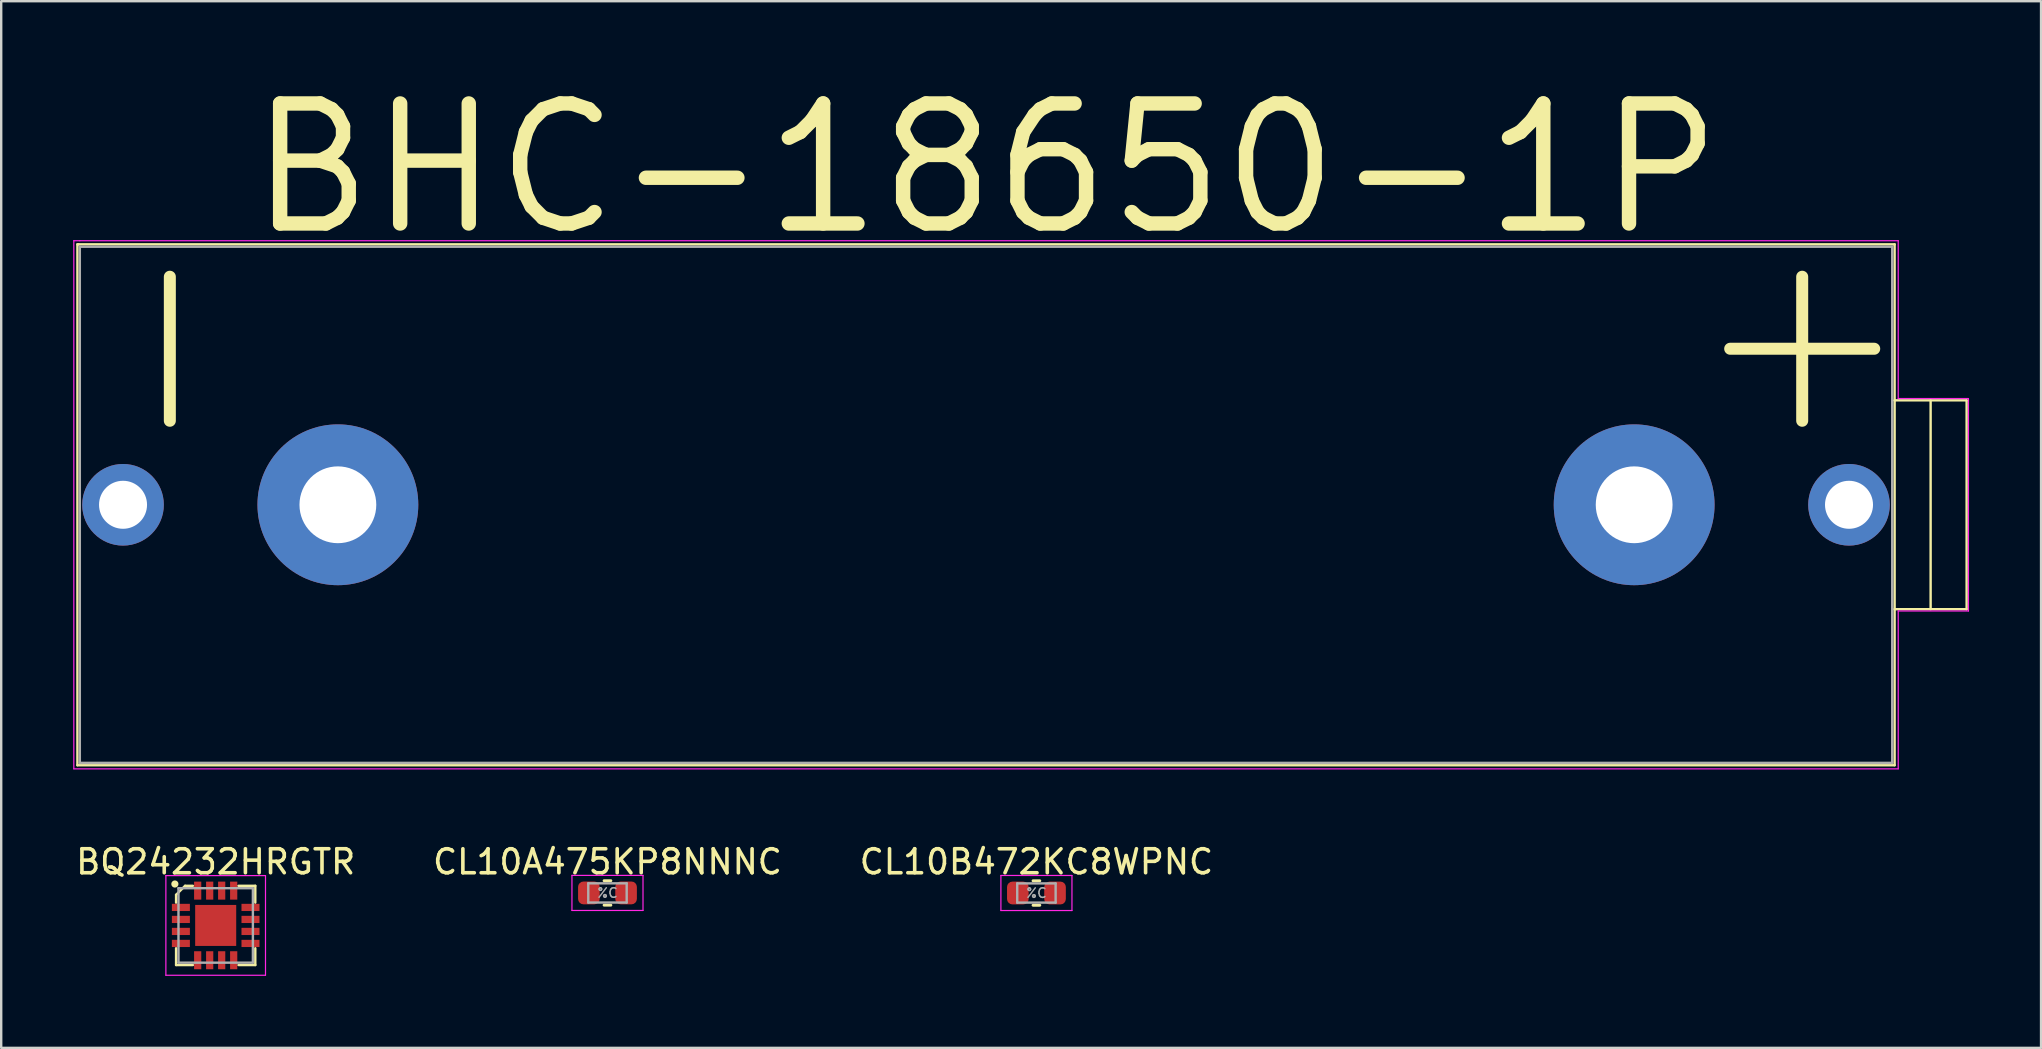
<source format=kicad_pcb>
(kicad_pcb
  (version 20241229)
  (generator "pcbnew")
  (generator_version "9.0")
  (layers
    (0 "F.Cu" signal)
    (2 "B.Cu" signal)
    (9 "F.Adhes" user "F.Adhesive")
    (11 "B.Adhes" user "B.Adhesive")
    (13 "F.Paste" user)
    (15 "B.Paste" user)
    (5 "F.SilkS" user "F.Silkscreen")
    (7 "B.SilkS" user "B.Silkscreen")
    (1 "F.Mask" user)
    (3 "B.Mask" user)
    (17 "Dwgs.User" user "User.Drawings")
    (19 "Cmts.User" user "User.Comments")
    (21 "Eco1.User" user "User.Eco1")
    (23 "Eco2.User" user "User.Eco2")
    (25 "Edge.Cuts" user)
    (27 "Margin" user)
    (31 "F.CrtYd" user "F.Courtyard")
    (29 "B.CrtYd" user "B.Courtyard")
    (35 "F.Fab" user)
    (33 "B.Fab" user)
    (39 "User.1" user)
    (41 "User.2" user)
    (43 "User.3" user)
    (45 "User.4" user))
  (footprint "CL10A475KP8NNNC"
    (layer "F.Cu")
    (at 22.256 34.147)
    (property "Reference" "CL10A475KP8NNNC" (at 0 -1.295 0) (layer "F.SilkS") (effects (font (size 1 1) (thickness 0.15))))
    (attr smd)
    (fp_line (start -0.141 -0.51) (end 0.141 -0.51) (stroke (width 0.12) (type solid)) (layer "F.SilkS"))
    (fp_line (start -0.141 0.51) (end 0.141 0.51) (stroke (width 0.12) (type solid)) (layer "F.SilkS"))
    (fp_line (start -1.48 -0.73) (end 1.48 -0.73) (stroke (width 0.05) (type solid)) (layer "F.CrtYd"))
    (fp_line (start -1.48 0.73) (end -1.48 -0.73) (stroke (width 0.05) (type solid)) (layer "F.CrtYd"))
    (fp_line (start 1.48 -0.73) (end 1.48 0.73) (stroke (width 0.05) (type solid)) (layer "F.CrtYd"))
    (fp_line (start 1.48 0.73) (end -1.48 0.73) (stroke (width 0.05) (type solid)) (layer "F.CrtYd"))
    (fp_line (start -0.8 -0.4) (end 0.8 -0.4) (stroke (width 0.1) (type solid)) (layer "F.Fab"))
    (fp_line (start -0.8 0.4) (end -0.8 -0.4) (stroke (width 0.1) (type solid)) (layer "F.Fab"))
    (fp_line (start 0.8 -0.4) (end 0.8 0.4) (stroke (width 0.1) (type solid)) (layer "F.Fab"))
    (fp_line (start 0.8 0.4) (end -0.8 0.4) (stroke (width 0.1) (type solid)) (layer "F.Fab"))
    (fp_text user "%C" (at 0 0 0) (layer "F.Fab") (effects (font (size 0.4 0.4) (thickness 0.06))))
    (pad "1" smd roundrect (at -0.775 0) (size 0.9 0.95) (layers "F.Cu" "F.Mask" "F.Paste") (roundrect_rratio 0.25))
    (pad "2" smd roundrect (at 0.775 0) (size 0.9 0.95) (layers "F.Cu" "F.Mask" "F.Paste") (roundrect_rratio 0.25)))
  (footprint "BQ24232HRGTR"
    (layer "F.Cu")
    (at 5.935 35.501)
    (property "Reference" "BQ24232HRGTR" (at 0 -2.65 0) (layer "F.SilkS") (effects (font (size 1 1) (thickness 0.15))))
    (attr smd)
    (fp_line (start -1.65 -0.95) (end -1.65 -1.275) (stroke (width 0.1) (type solid)) (layer "F.SilkS"))
    (fp_line (start -1.65 0.95) (end -1.65 1.65) (stroke (width 0.1) (type solid)) (layer "F.SilkS"))
    (fp_line (start -1.65 1.65) (end -0.95 1.65) (stroke (width 0.1) (type solid)) (layer "F.SilkS"))
    (fp_line (start -1.275 -1.65) (end -1.65 -1.275) (stroke (width 0.1) (type solid)) (layer "F.SilkS"))
    (fp_line (start -0.95 -1.65) (end -1.275 -1.65) (stroke (width 0.1) (type solid)) (layer "F.SilkS"))
    (fp_line (start 0.95 1.65) (end 1.65 1.65) (stroke (width 0.1) (type solid)) (layer "F.SilkS"))
    (fp_line (start 1.65 -1.65) (end 0.95 -1.65) (stroke (width 0.1) (type solid)) (layer "F.SilkS"))
    (fp_line (start 1.65 -0.95) (end 1.65 -1.65) (stroke (width 0.1) (type solid)) (layer "F.SilkS"))
    (fp_line (start 1.65 1.65) (end 1.65 0.95) (stroke (width 0.1) (type solid)) (layer "F.SilkS"))
    (fp_circle (center -1.7 -1.725) (end -1.625 -1.725) (stroke (width 0.15) (type solid)) (fill no) (layer "F.SilkS"))
    (fp_line (start -2.075 -2.075) (end -0.75 -2.075) (stroke (width 0.05) (type solid)) (layer "F.CrtYd"))
    (fp_line (start -2.075 2.075) (end -2.075 -2.075) (stroke (width 0.05) (type solid)) (layer "F.CrtYd"))
    (fp_line (start -0.75 -2.075) (end 2.075 -2.075) (stroke (width 0.05) (type solid)) (layer "F.CrtYd"))
    (fp_line (start 2.075 -2.075) (end 2.075 2.075) (stroke (width 0.05) (type solid)) (layer "F.CrtYd"))
    (fp_line (start 2.075 2.075) (end -2.075 2.075) (stroke (width 0.05) (type solid)) (layer "F.CrtYd"))
    (fp_line (start -1.55 -1.55) (end -1.55 1.55) (stroke (width 0.1) (type solid)) (layer "F.Fab"))
    (fp_line (start -1.55 1.55) (end 1.55 1.55) (stroke (width 0.1) (type solid)) (layer "F.Fab"))
    (fp_line (start 1.55 -1.55) (end -1.55 -1.55) (stroke (width 0.1) (type solid)) (layer "F.Fab"))
    (fp_line (start 1.55 1.55) (end 1.55 -1.55) (stroke (width 0.1) (type solid)) (layer "F.Fab"))
    (pad "1" smd rect (at -1.45 -0.75) (size 0.75 0.3) (layers "F.Cu" "F.Mask" "F.Paste"))
    (pad "2" smd rect (at -1.45 -0.25) (size 0.75 0.3) (layers "F.Cu" "F.Mask" "F.Paste"))
    (pad "3" smd rect (at -1.45 0.25) (size 0.75 0.3) (layers "F.Cu" "F.Mask" "F.Paste"))
    (pad "4" smd rect (at -1.45 0.75) (size 0.75 0.3) (layers "F.Cu" "F.Mask" "F.Paste"))
    (pad "5" smd rect (at -0.75 1.45 90) (size 0.75 0.3) (layers "F.Cu" "F.Mask" "F.Paste"))
    (pad "6" smd rect (at -0.25 1.45 90) (size 0.75 0.3) (layers "F.Cu" "F.Mask" "F.Paste"))
    (pad "7" smd rect (at 0.25 1.45 90) (size 0.75 0.3) (layers "F.Cu" "F.Mask" "F.Paste"))
    (pad "8" smd rect (at 0.75 1.45 90) (size 0.75 0.3) (layers "F.Cu" "F.Mask" "F.Paste"))
    (pad "9" smd rect (at 1.45 0.75) (size 0.75 0.3) (layers "F.Cu" "F.Mask" "F.Paste"))
    (pad "10" smd rect (at 1.45 0.25) (size 0.75 0.3) (layers "F.Cu" "F.Mask" "F.Paste"))
    (pad "11" smd rect (at 1.45 -0.25) (size 0.75 0.3) (layers "F.Cu" "F.Mask" "F.Paste"))
    (pad "12" smd rect (at 1.45 -0.75) (size 0.75 0.3) (layers "F.Cu" "F.Mask" "F.Paste"))
    (pad "13" smd rect (at 0.75 -1.45 90) (size 0.75 0.3) (layers "F.Cu" "F.Mask" "F.Paste"))
    (pad "14" smd rect (at 0.25 -1.45 90) (size 0.75 0.3) (layers "F.Cu" "F.Mask" "F.Paste"))
    (pad "15" smd rect (at -0.25 -1.45 90) (size 0.75 0.3) (layers "F.Cu" "F.Mask" "F.Paste"))
    (pad "16" smd rect (at -0.75 -1.45 90) (size 0.75 0.3) (layers "F.Cu" "F.Mask" "F.Paste"))
    (pad "17" smd custom (at 0 0) (size 1.6 1.6) (layers "F.Cu" "F.Mask" "F.Paste") (options (anchor rect)) (primitives (gr_poly (pts (xy 0.85 0.85) (xy -0.85 0.85) (xy -0.85 -0.85) (xy 0.85 -0.85)) (width 0.01) (fill yes)))))
  (footprint "CL10B472KC8WPNC"
    (layer "F.Cu")
    (at 40.125 34.151)
    (property "Reference" "CL10B472KC8WPNC" (at 0 -1.3 0) (layer "F.SilkS") (effects (font (size 1 1) (thickness 0.15))))
    (attr smd)
    (fp_line (start -0.141 -0.51) (end 0.141 -0.51) (stroke (width 0.12) (type solid)) (layer "F.SilkS"))
    (fp_line (start -0.141 0.51) (end 0.141 0.51) (stroke (width 0.12) (type solid)) (layer "F.SilkS"))
    (fp_line (start -1.48 -0.73) (end -1.48 0.73) (stroke (width 0.05) (type solid)) (layer "F.CrtYd"))
    (fp_line (start -1.48 -0.73) (end 1.48 -0.73) (stroke (width 0.05) (type solid)) (layer "F.CrtYd"))
    (fp_line (start 1.48 0.73) (end -1.48 0.73) (stroke (width 0.05) (type solid)) (layer "F.CrtYd"))
    (fp_line (start 1.48 0.73) (end 1.48 -0.73) (stroke (width 0.05) (type solid)) (layer "F.CrtYd"))
    (fp_line (start -0.8 -0.4) (end 0.8 -0.4) (stroke (width 0.1) (type solid)) (layer "F.Fab"))
    (fp_line (start -0.8 0.4) (end -0.8 -0.4) (stroke (width 0.1) (type solid)) (layer "F.Fab"))
    (fp_line (start 0.8 -0.4) (end 0.8 0.4) (stroke (width 0.1) (type solid)) (layer "F.Fab"))
    (fp_line (start 0.8 0.4) (end -0.8 0.4) (stroke (width 0.1) (type solid)) (layer "F.Fab"))
    (fp_text user "%C" (at 0 0 0) (layer "F.Fab") (effects (font (size 0.4 0.4) (thickness 0.06))))
    (pad "1" smd roundrect (at -0.775 0) (size 0.9 0.95) (layers "F.Cu" "F.Mask" "F.Paste") (roundrect_rratio 0.25))
    (pad "2" smd roundrect (at 0.775 0) (size 0.9 0.95) (layers "F.Cu" "F.Mask" "F.Paste") (roundrect_rratio 0.25)))
  (footprint "BHC-18650-1P"
    (layer "F.Cu")
    (at 38.025 17.978)
    (property "Reference" "BHC-18650-1P" (at 0 -14 0) (layer "F.SilkS") (effects (font (size 5 5) (thickness 0.6))))
    (attr through_hole)
    (fp_line (start -37.85 -10.85) (end -37.8 -10.85) (stroke (width 0.1) (type solid)) (layer "F.SilkS"))
    (fp_line (start -37.85 10.85) (end -37.85 -10.85) (stroke (width 0.1) (type solid)) (layer "F.SilkS"))
    (fp_line (start -37.8 -10.85) (end 37.85 -10.85) (stroke (width 0.1) (type solid)) (layer "F.SilkS"))
    (fp_line (start -34 -9.5) (end -34 -3.5) (stroke (width 0.5) (type solid)) (layer "F.SilkS"))
    (fp_line (start 31 -6.5) (end 37 -6.5) (stroke (width 0.5) (type solid)) (layer "F.SilkS"))
    (fp_line (start 34 -9.5) (end 34 -3.5) (stroke (width 0.5) (type solid)) (layer "F.SilkS"))
    (fp_line (start 37.85 -4.35) (end 37.85 -10.85) (stroke (width 0.1) (type solid)) (layer "F.SilkS"))
    (fp_line (start 37.85 -4.35) (end 37.85 4.35) (stroke (width 0.1) (type solid)) (layer "F.SilkS"))
    (fp_line (start 37.85 4.35) (end 40.85 4.35) (stroke (width 0.1) (type solid)) (layer "F.SilkS"))
    (fp_line (start 37.85 10.85) (end -37.85 10.85) (stroke (width 0.1) (type solid)) (layer "F.SilkS"))
    (fp_line (start 37.85 10.85) (end 37.85 4.35) (stroke (width 0.1) (type solid)) (layer "F.SilkS"))
    (fp_line (start 39.35 -4.35) (end 39.35 4.35) (stroke (width 0.1) (type solid)) (layer "F.SilkS"))
    (fp_line (start 40.85 -4.35) (end 37.85 -4.35) (stroke (width 0.1) (type solid)) (layer "F.SilkS"))
    (fp_line (start 40.85 4.35) (end 40.85 -4.35) (stroke (width 0.1) (type solid)) (layer "F.SilkS"))
    (fp_line (start -38 -11) (end -37.75 -11) (stroke (width 0.05) (type solid)) (layer "F.CrtYd"))
    (fp_line (start -38 11) (end -38 -11) (stroke (width 0.05) (type solid)) (layer "F.CrtYd"))
    (fp_line (start -37.75 -11) (end 38 -11) (stroke (width 0.05) (type solid)) (layer "F.CrtYd"))
    (fp_line (start 38 -11) (end 38 -4.425) (stroke (width 0.05) (type solid)) (layer "F.CrtYd"))
    (fp_line (start 38 -4.425) (end 40.925 -4.425) (stroke (width 0.05) (type solid)) (layer "F.CrtYd"))
    (fp_line (start 38 11) (end -38 11) (stroke (width 0.05) (type solid)) (layer "F.CrtYd"))
    (fp_line (start 38 11) (end 38 4.425) (stroke (width 0.05) (type solid)) (layer "F.CrtYd"))
    (fp_line (start 40.925 -4.425) (end 40.925 4.425) (stroke (width 0.05) (type solid)) (layer "F.CrtYd"))
    (fp_line (start 40.925 4.425) (end 38 4.425) (stroke (width 0.05) (type solid)) (layer "F.CrtYd"))
    (fp_line (start -37.75 -10.75) (end -37.75 10.75) (stroke (width 0.1) (type solid)) (layer "F.Fab"))
    (fp_line (start -37.75 10.75) (end 37.75 10.75) (stroke (width 0.1) (type solid)) (layer "F.Fab"))
    (fp_line (start 37.75 -10.75) (end -37.75 -10.75) (stroke (width 0.1) (type solid)) (layer "F.Fab"))
    (fp_line (start 37.75 10.75) (end 37.75 -10.75) (stroke (width 0.1) (type solid)) (layer "F.Fab"))
    (pad "" np_thru_hole circle (at -27 0 90) (size 6.7 6.7) (drill 3.2) (layers "*.Cu" "*.Mask"))
    (pad "" np_thru_hole circle (at 27 0 90) (size 6.7 6.7) (drill 3.2) (layers "*.Cu" "*.Mask"))
    (pad "1" thru_hole circle (at 35.95 0 90) (size 3.4 3.4) (drill 2) (layers "*.Cu" "*.Mask"))
    (pad "2" thru_hole circle (at -35.95 0 90) (size 3.4 3.4) (drill 2) (layers "*.Cu" "*.Mask")))
  (gr_rect
    (start -3 -3)
    (end 81.975 40.601)
    (stroke (width 0.1) (type default))
    (fill no)
    (layer "Edge.Cuts")))
</source>
